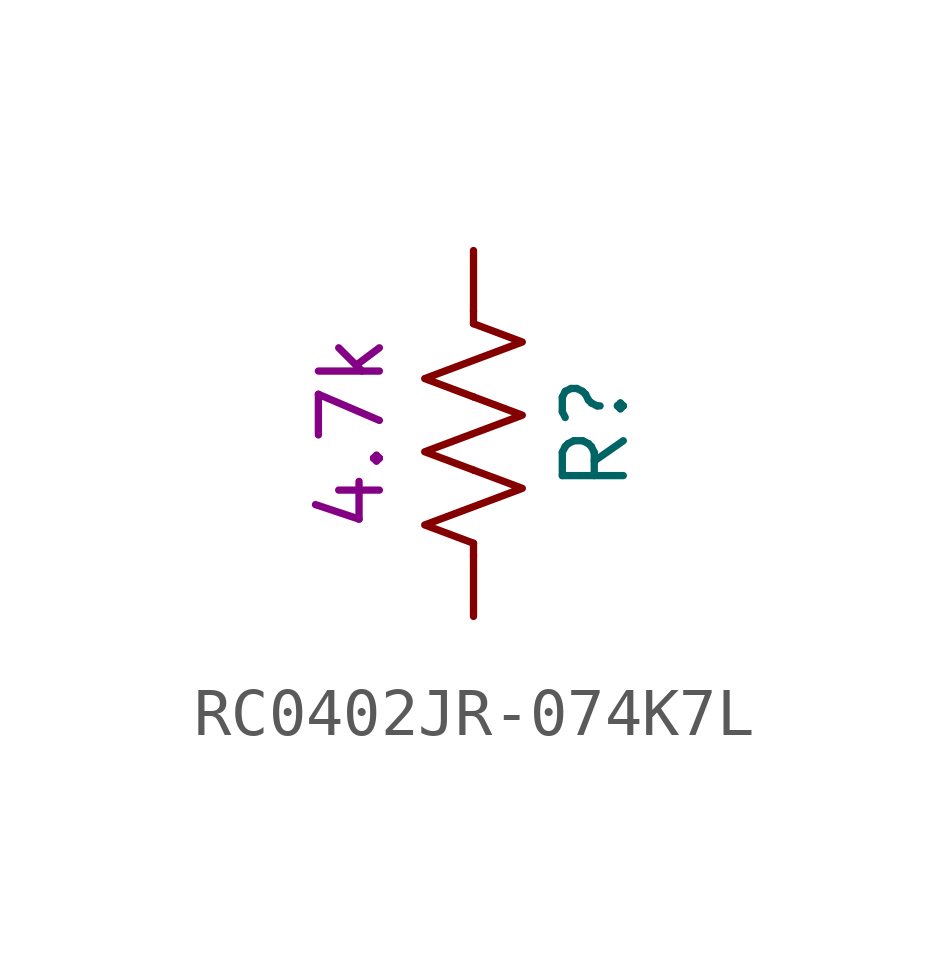
<source format=kicad_sym>
(kicad_symbol_lib
  (version 20201005)
  (generator kicad_symbol_editor)
  (symbol "mte_usb_hub:RC0402JR-074K7L"
    (pin_numbers hide)
    (pin_names
      (offset 0))
    (property "Reference" "R"
      (at 2.54 0 90)
      (effects (font (size 1.27 1.27))))
    (property "id" "4.7k"
      (at -2.54 0 90)
      (effects (font (size 1.27 1.27))))
    (symbol "RC0402JR-074K7L_0_1"
      (polyline (pts (xy 0 -2.286) (xy 0 -2.54)) (stroke (width 0)) (fill (type none)))
      (polyline (pts (xy 0 2.286) (xy 0 2.54)) (stroke (width 0)) (fill (type none)))
      (polyline (pts (xy 0 -0.762) (xy 1.016 -1.143) (xy 0 -1.524) (xy -1.016 -1.905) (xy 0 -2.286)) (stroke (width 0)) (fill (type none)))
      (polyline (pts (xy 0 0.762) (xy 1.016 0.381) (xy 0 0) (xy -1.016 -0.381) (xy 0 -0.762)) (stroke (width 0)) (fill (type none)))
      (polyline (pts (xy 0 2.286) (xy 1.016 1.905) (xy 0 1.524) (xy -1.016 1.143) (xy 0 0.762)) (stroke (width 0)) (fill (type none))))
    (symbol "RC0402JR-074K7L_1_1"
      (pin passive line (at 0 3.81 270) (length 1.27) (name "~" (effects (font (size 1.27 1.27)))) (number "1" (effects (font (size 1.27 1.27)))))
      (pin passive line (at 0 -3.81 90) (length 1.27) (name "~" (effects (font (size 1.27 1.27)))) (number "2" (effects (font (size 1.27 1.27))))))))
</source>
